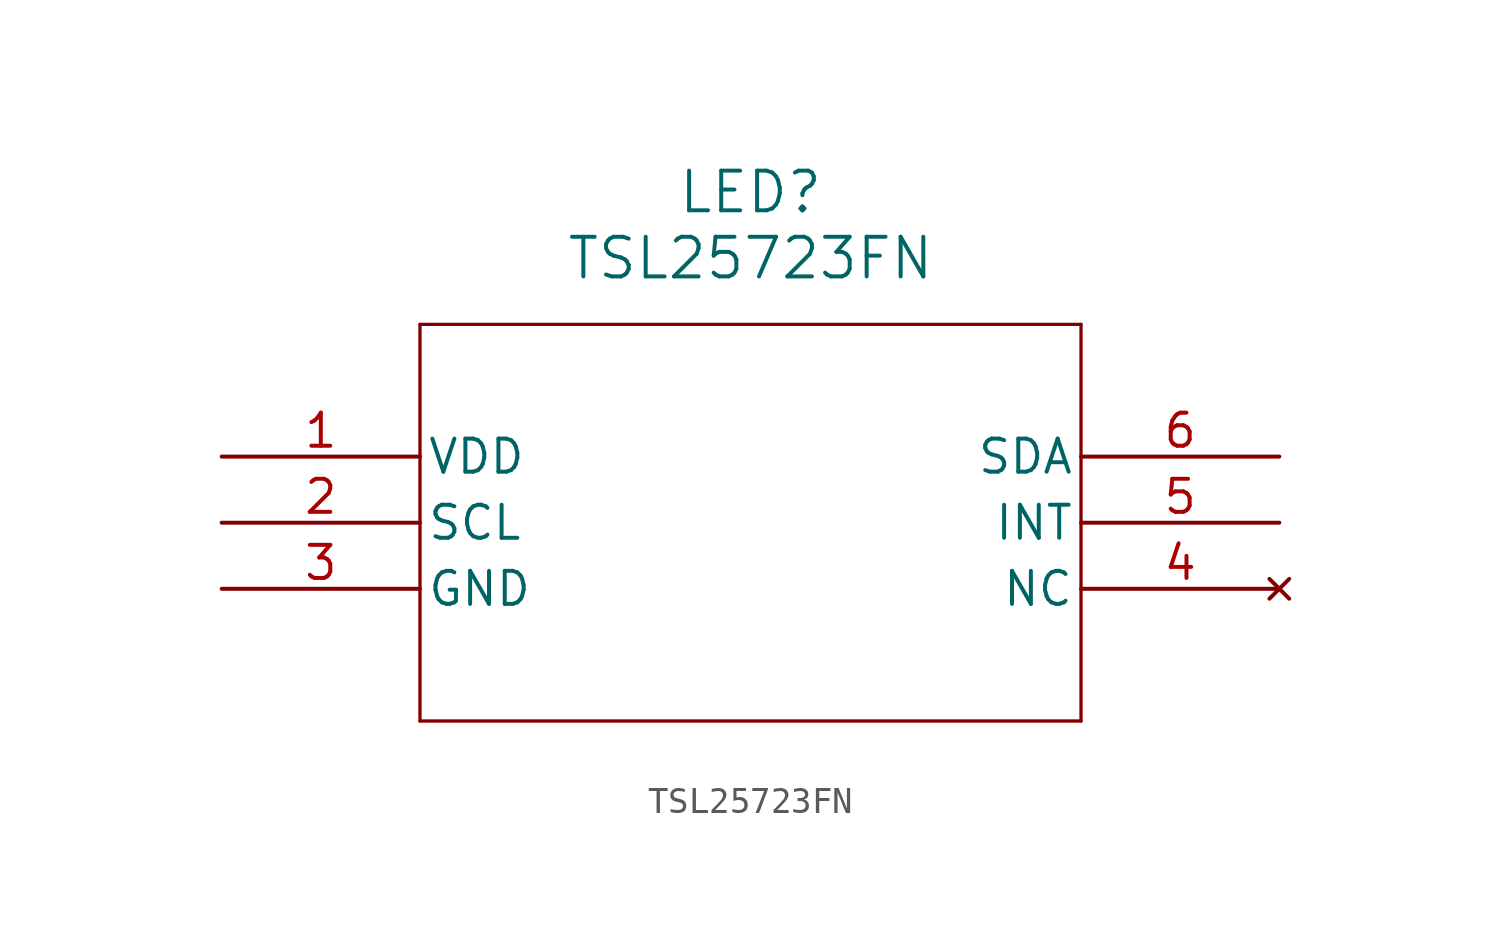
<source format=kicad_sym>
(kicad_symbol_lib
  (version 20211014)
  (generator kicad_symbol_editor)
  (symbol "TSL25723FN"
    (pin_names
      (offset 0.254))
    (property "Reference" "LED"
      (at 20.32 10.16 0)
      (effects (font (size 1.524 1.524))))
    (property "Value" "TSL25723FN"
      (at 20.32 7.62 0)
      (effects (font (size 1.524 1.524))))
    (symbol "TSL25723FN_0_1"
      (polyline (pts (xy 7.62 5.08) (xy 7.62 -10.16)) (stroke (width 0.127) (type default) (color 0 0 0 0)) (fill (type none)))
      (polyline (pts (xy 7.62 -10.16) (xy 33.02 -10.16)) (stroke (width 0.127) (type default) (color 0 0 0 0)) (fill (type none)))
      (polyline (pts (xy 33.02 -10.16) (xy 33.02 5.08)) (stroke (width 0.127) (type default) (color 0 0 0 0)) (fill (type none)))
      (polyline (pts (xy 33.02 5.08) (xy 7.62 5.08)) (stroke (width 0.127) (type default) (color 0 0 0 0)) (fill (type none)))
      (pin power_in line (at 0 0 0) (length 7.62) (name "VDD" (effects (font (size 1.27 1.27)))) (number "1" (effects (font (size 1.27 1.27)))))
      (pin unspecified line (at 0 -2.54 0) (length 7.62) (name "SCL" (effects (font (size 1.27 1.27)))) (number "2" (effects (font (size 1.27 1.27)))))
      (pin power_out line (at 0 -5.08 0) (length 7.62) (name "GND" (effects (font (size 1.27 1.27)))) (number "3" (effects (font (size 1.27 1.27)))))
      (pin no_connect line (at 40.64 -5.08 180) (length 7.62) (name "NC" (effects (font (size 1.27 1.27)))) (number "4" (effects (font (size 1.27 1.27)))))
      (pin input line (at 40.64 -2.54 180) (length 7.62) (name "INT" (effects (font (size 1.27 1.27)))) (number "5" (effects (font (size 1.27 1.27)))))
      (pin unspecified line (at 40.64 0 180) (length 7.62) (name "SDA" (effects (font (size 1.27 1.27)))) (number "6" (effects (font (size 1.27 1.27))))))))
</source>
